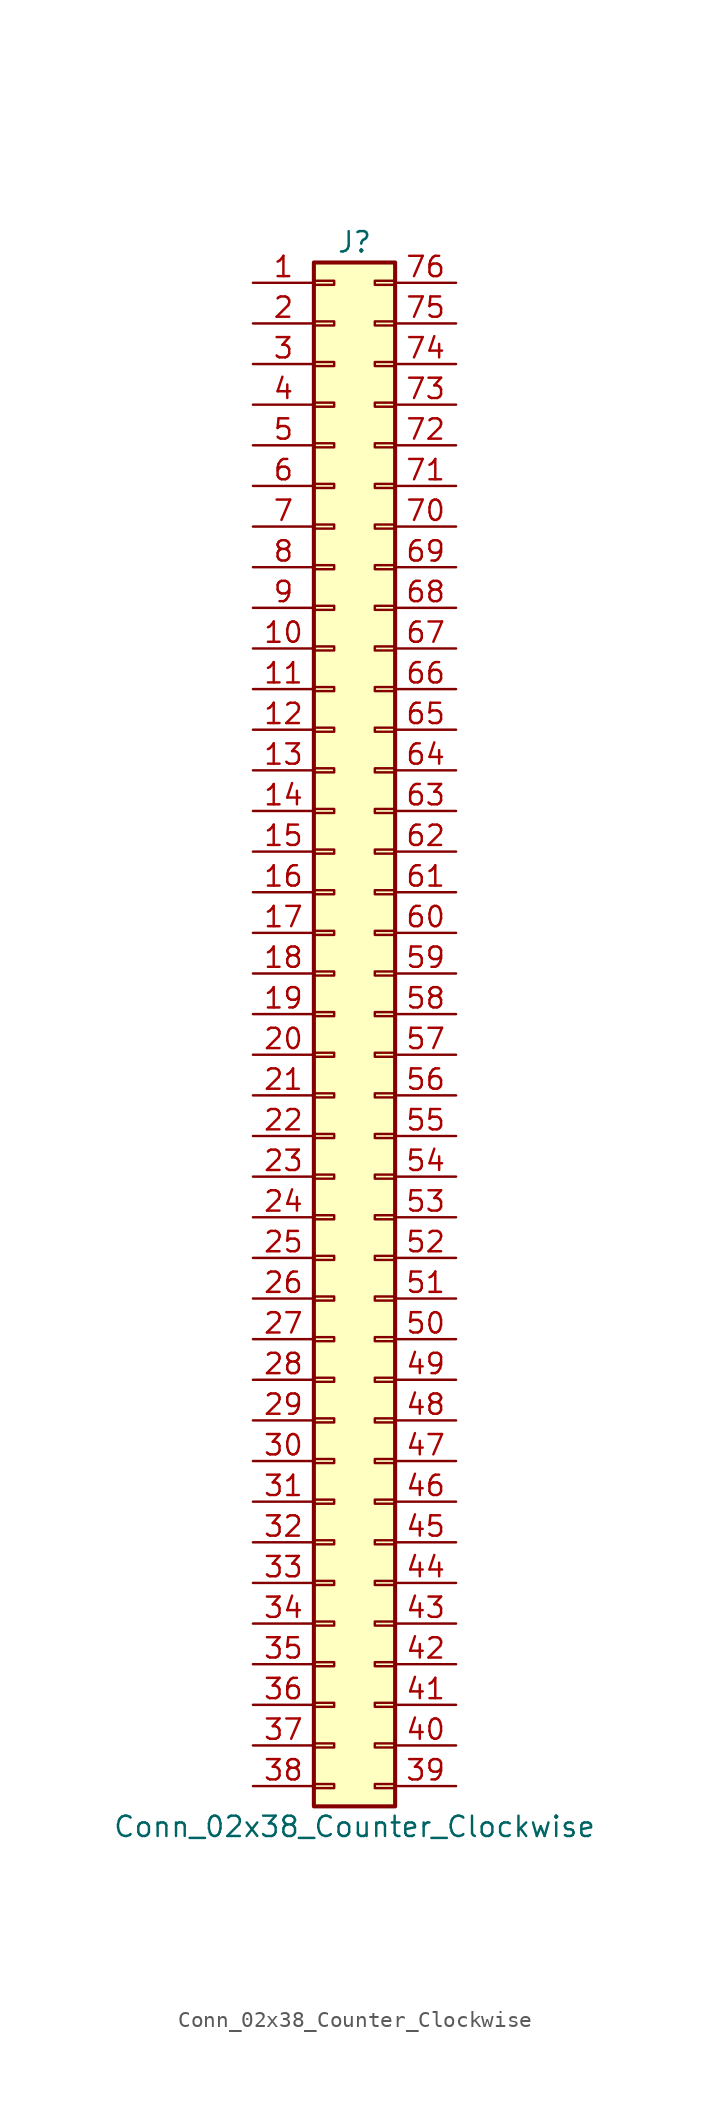
<source format=kicad_sym>
(kicad_symbol_lib
  (version 20211014)
  (generator kicad_symbol_editor)
  (symbol "Conn_02x38_Counter_Clockwise"
    (pin_names
      (offset 1.016) hide)
    (property "Reference" "J"
      (at 1.27 48.26 0)
      (effects (font (size 1.27 1.27))))
    (property "Value" "Conn_02x38_Counter_Clockwise"
      (at 1.27 -50.8 0)
      (effects (font (size 1.27 1.27))))
    (symbol "Conn_02x38_Counter_Clockwise_1_1"
      (rectangle (start -1.27 -48.133) (end 0 -48.387) (stroke (width 0.152) (type default) (color 0 0 0 0)) (fill (type none)))
      (rectangle (start -1.27 -45.593) (end 0 -45.847) (stroke (width 0.152) (type default) (color 0 0 0 0)) (fill (type none)))
      (rectangle (start -1.27 -43.053) (end 0 -43.307) (stroke (width 0.152) (type default) (color 0 0 0 0)) (fill (type none)))
      (rectangle (start -1.27 -40.513) (end 0 -40.767) (stroke (width 0.152) (type default) (color 0 0 0 0)) (fill (type none)))
      (rectangle (start -1.27 -37.973) (end 0 -38.227) (stroke (width 0.152) (type default) (color 0 0 0 0)) (fill (type none)))
      (rectangle (start -1.27 -35.433) (end 0 -35.687) (stroke (width 0.152) (type default) (color 0 0 0 0)) (fill (type none)))
      (rectangle (start -1.27 -32.893) (end 0 -33.147) (stroke (width 0.152) (type default) (color 0 0 0 0)) (fill (type none)))
      (rectangle (start -1.27 -30.353) (end 0 -30.607) (stroke (width 0.152) (type default) (color 0 0 0 0)) (fill (type none)))
      (rectangle (start -1.27 -27.813) (end 0 -28.067) (stroke (width 0.152) (type default) (color 0 0 0 0)) (fill (type none)))
      (rectangle (start -1.27 -25.273) (end 0 -25.527) (stroke (width 0.152) (type default) (color 0 0 0 0)) (fill (type none)))
      (rectangle (start -1.27 -22.733) (end 0 -22.987) (stroke (width 0.152) (type default) (color 0 0 0 0)) (fill (type none)))
      (rectangle (start -1.27 -20.193) (end 0 -20.447) (stroke (width 0.152) (type default) (color 0 0 0 0)) (fill (type none)))
      (rectangle (start -1.27 -17.653) (end 0 -17.907) (stroke (width 0.152) (type default) (color 0 0 0 0)) (fill (type none)))
      (rectangle (start -1.27 -15.113) (end 0 -15.367) (stroke (width 0.152) (type default) (color 0 0 0 0)) (fill (type none)))
      (rectangle (start -1.27 -12.573) (end 0 -12.827) (stroke (width 0.152) (type default) (color 0 0 0 0)) (fill (type none)))
      (rectangle (start -1.27 -10.033) (end 0 -10.287) (stroke (width 0.152) (type default) (color 0 0 0 0)) (fill (type none)))
      (rectangle (start -1.27 -7.493) (end 0 -7.747) (stroke (width 0.152) (type default) (color 0 0 0 0)) (fill (type none)))
      (rectangle (start -1.27 -4.953) (end 0 -5.207) (stroke (width 0.152) (type default) (color 0 0 0 0)) (fill (type none)))
      (rectangle (start -1.27 -2.413) (end 0 -2.667) (stroke (width 0.152) (type default) (color 0 0 0 0)) (fill (type none)))
      (rectangle (start -1.27 0.127) (end 0 -0.127) (stroke (width 0.152) (type default) (color 0 0 0 0)) (fill (type none)))
      (rectangle (start -1.27 2.667) (end 0 2.413) (stroke (width 0.152) (type default) (color 0 0 0 0)) (fill (type none)))
      (rectangle (start -1.27 5.207) (end 0 4.953) (stroke (width 0.152) (type default) (color 0 0 0 0)) (fill (type none)))
      (rectangle (start -1.27 7.747) (end 0 7.493) (stroke (width 0.152) (type default) (color 0 0 0 0)) (fill (type none)))
      (rectangle (start -1.27 10.287) (end 0 10.033) (stroke (width 0.152) (type default) (color 0 0 0 0)) (fill (type none)))
      (rectangle (start -1.27 12.827) (end 0 12.573) (stroke (width 0.152) (type default) (color 0 0 0 0)) (fill (type none)))
      (rectangle (start -1.27 15.367) (end 0 15.113) (stroke (width 0.152) (type default) (color 0 0 0 0)) (fill (type none)))
      (rectangle (start -1.27 17.907) (end 0 17.653) (stroke (width 0.152) (type default) (color 0 0 0 0)) (fill (type none)))
      (rectangle (start -1.27 20.447) (end 0 20.193) (stroke (width 0.152) (type default) (color 0 0 0 0)) (fill (type none)))
      (rectangle (start -1.27 22.987) (end 0 22.733) (stroke (width 0.152) (type default) (color 0 0 0 0)) (fill (type none)))
      (rectangle (start -1.27 25.527) (end 0 25.273) (stroke (width 0.152) (type default) (color 0 0 0 0)) (fill (type none)))
      (rectangle (start -1.27 28.067) (end 0 27.813) (stroke (width 0.152) (type default) (color 0 0 0 0)) (fill (type none)))
      (rectangle (start -1.27 30.607) (end 0 30.353) (stroke (width 0.152) (type default) (color 0 0 0 0)) (fill (type none)))
      (rectangle (start -1.27 33.147) (end 0 32.893) (stroke (width 0.152) (type default) (color 0 0 0 0)) (fill (type none)))
      (rectangle (start -1.27 35.687) (end 0 35.433) (stroke (width 0.152) (type default) (color 0 0 0 0)) (fill (type none)))
      (rectangle (start -1.27 38.227) (end 0 37.973) (stroke (width 0.152) (type default) (color 0 0 0 0)) (fill (type none)))
      (rectangle (start -1.27 40.767) (end 0 40.513) (stroke (width 0.152) (type default) (color 0 0 0 0)) (fill (type none)))
      (rectangle (start -1.27 43.307) (end 0 43.053) (stroke (width 0.152) (type default) (color 0 0 0 0)) (fill (type none)))
      (rectangle (start -1.27 45.847) (end 0 45.593) (stroke (width 0.152) (type default) (color 0 0 0 0)) (fill (type none)))
      (rectangle (start -1.27 46.99) (end 3.81 -49.53) (stroke (width 0.254) (type default) (color 0 0 0 0)) (fill (type background)))
      (rectangle (start 3.81 -48.133) (end 2.54 -48.387) (stroke (width 0.152) (type default) (color 0 0 0 0)) (fill (type none)))
      (rectangle (start 3.81 -45.593) (end 2.54 -45.847) (stroke (width 0.152) (type default) (color 0 0 0 0)) (fill (type none)))
      (rectangle (start 3.81 -43.053) (end 2.54 -43.307) (stroke (width 0.152) (type default) (color 0 0 0 0)) (fill (type none)))
      (rectangle (start 3.81 -40.513) (end 2.54 -40.767) (stroke (width 0.152) (type default) (color 0 0 0 0)) (fill (type none)))
      (rectangle (start 3.81 -37.973) (end 2.54 -38.227) (stroke (width 0.152) (type default) (color 0 0 0 0)) (fill (type none)))
      (rectangle (start 3.81 -35.433) (end 2.54 -35.687) (stroke (width 0.152) (type default) (color 0 0 0 0)) (fill (type none)))
      (rectangle (start 3.81 -32.893) (end 2.54 -33.147) (stroke (width 0.152) (type default) (color 0 0 0 0)) (fill (type none)))
      (rectangle (start 3.81 -30.353) (end 2.54 -30.607) (stroke (width 0.152) (type default) (color 0 0 0 0)) (fill (type none)))
      (rectangle (start 3.81 -27.813) (end 2.54 -28.067) (stroke (width 0.152) (type default) (color 0 0 0 0)) (fill (type none)))
      (rectangle (start 3.81 -25.273) (end 2.54 -25.527) (stroke (width 0.152) (type default) (color 0 0 0 0)) (fill (type none)))
      (rectangle (start 3.81 -22.733) (end 2.54 -22.987) (stroke (width 0.152) (type default) (color 0 0 0 0)) (fill (type none)))
      (rectangle (start 3.81 -20.193) (end 2.54 -20.447) (stroke (width 0.152) (type default) (color 0 0 0 0)) (fill (type none)))
      (rectangle (start 3.81 -17.653) (end 2.54 -17.907) (stroke (width 0.152) (type default) (color 0 0 0 0)) (fill (type none)))
      (rectangle (start 3.81 -15.113) (end 2.54 -15.367) (stroke (width 0.152) (type default) (color 0 0 0 0)) (fill (type none)))
      (rectangle (start 3.81 -12.573) (end 2.54 -12.827) (stroke (width 0.152) (type default) (color 0 0 0 0)) (fill (type none)))
      (rectangle (start 3.81 -10.033) (end 2.54 -10.287) (stroke (width 0.152) (type default) (color 0 0 0 0)) (fill (type none)))
      (rectangle (start 3.81 -7.493) (end 2.54 -7.747) (stroke (width 0.152) (type default) (color 0 0 0 0)) (fill (type none)))
      (rectangle (start 3.81 -4.953) (end 2.54 -5.207) (stroke (width 0.152) (type default) (color 0 0 0 0)) (fill (type none)))
      (rectangle (start 3.81 -2.413) (end 2.54 -2.667) (stroke (width 0.152) (type default) (color 0 0 0 0)) (fill (type none)))
      (rectangle (start 3.81 0.127) (end 2.54 -0.127) (stroke (width 0.152) (type default) (color 0 0 0 0)) (fill (type none)))
      (rectangle (start 3.81 2.667) (end 2.54 2.413) (stroke (width 0.152) (type default) (color 0 0 0 0)) (fill (type none)))
      (rectangle (start 3.81 5.207) (end 2.54 4.953) (stroke (width 0.152) (type default) (color 0 0 0 0)) (fill (type none)))
      (rectangle (start 3.81 7.747) (end 2.54 7.493) (stroke (width 0.152) (type default) (color 0 0 0 0)) (fill (type none)))
      (rectangle (start 3.81 10.287) (end 2.54 10.033) (stroke (width 0.152) (type default) (color 0 0 0 0)) (fill (type none)))
      (rectangle (start 3.81 12.827) (end 2.54 12.573) (stroke (width 0.152) (type default) (color 0 0 0 0)) (fill (type none)))
      (rectangle (start 3.81 15.367) (end 2.54 15.113) (stroke (width 0.152) (type default) (color 0 0 0 0)) (fill (type none)))
      (rectangle (start 3.81 17.907) (end 2.54 17.653) (stroke (width 0.152) (type default) (color 0 0 0 0)) (fill (type none)))
      (rectangle (start 3.81 20.447) (end 2.54 20.193) (stroke (width 0.152) (type default) (color 0 0 0 0)) (fill (type none)))
      (rectangle (start 3.81 22.987) (end 2.54 22.733) (stroke (width 0.152) (type default) (color 0 0 0 0)) (fill (type none)))
      (rectangle (start 3.81 25.527) (end 2.54 25.273) (stroke (width 0.152) (type default) (color 0 0 0 0)) (fill (type none)))
      (rectangle (start 3.81 28.067) (end 2.54 27.813) (stroke (width 0.152) (type default) (color 0 0 0 0)) (fill (type none)))
      (rectangle (start 3.81 30.607) (end 2.54 30.353) (stroke (width 0.152) (type default) (color 0 0 0 0)) (fill (type none)))
      (rectangle (start 3.81 33.147) (end 2.54 32.893) (stroke (width 0.152) (type default) (color 0 0 0 0)) (fill (type none)))
      (rectangle (start 3.81 35.687) (end 2.54 35.433) (stroke (width 0.152) (type default) (color 0 0 0 0)) (fill (type none)))
      (rectangle (start 3.81 38.227) (end 2.54 37.973) (stroke (width 0.152) (type default) (color 0 0 0 0)) (fill (type none)))
      (rectangle (start 3.81 40.767) (end 2.54 40.513) (stroke (width 0.152) (type default) (color 0 0 0 0)) (fill (type none)))
      (rectangle (start 3.81 43.307) (end 2.54 43.053) (stroke (width 0.152) (type default) (color 0 0 0 0)) (fill (type none)))
      (rectangle (start 3.81 45.847) (end 2.54 45.593) (stroke (width 0.152) (type default) (color 0 0 0 0)) (fill (type none)))
      (pin passive line (at -5.08 45.72 0) (length 3.81) (name "Pin_1" (effects (font (size 1.27 1.27)))) (number "1" (effects (font (size 1.27 1.27)))))
      (pin passive line (at -5.08 22.86 0) (length 3.81) (name "Pin_10" (effects (font (size 1.27 1.27)))) (number "10" (effects (font (size 1.27 1.27)))))
      (pin passive line (at -5.08 20.32 0) (length 3.81) (name "Pin_11" (effects (font (size 1.27 1.27)))) (number "11" (effects (font (size 1.27 1.27)))))
      (pin passive line (at -5.08 17.78 0) (length 3.81) (name "Pin_12" (effects (font (size 1.27 1.27)))) (number "12" (effects (font (size 1.27 1.27)))))
      (pin passive line (at -5.08 15.24 0) (length 3.81) (name "Pin_13" (effects (font (size 1.27 1.27)))) (number "13" (effects (font (size 1.27 1.27)))))
      (pin passive line (at -5.08 12.7 0) (length 3.81) (name "Pin_14" (effects (font (size 1.27 1.27)))) (number "14" (effects (font (size 1.27 1.27)))))
      (pin passive line (at -5.08 10.16 0) (length 3.81) (name "Pin_15" (effects (font (size 1.27 1.27)))) (number "15" (effects (font (size 1.27 1.27)))))
      (pin passive line (at -5.08 7.62 0) (length 3.81) (name "Pin_16" (effects (font (size 1.27 1.27)))) (number "16" (effects (font (size 1.27 1.27)))))
      (pin passive line (at -5.08 5.08 0) (length 3.81) (name "Pin_17" (effects (font (size 1.27 1.27)))) (number "17" (effects (font (size 1.27 1.27)))))
      (pin passive line (at -5.08 2.54 0) (length 3.81) (name "Pin_18" (effects (font (size 1.27 1.27)))) (number "18" (effects (font (size 1.27 1.27)))))
      (pin passive line (at -5.08 0 0) (length 3.81) (name "Pin_19" (effects (font (size 1.27 1.27)))) (number "19" (effects (font (size 1.27 1.27)))))
      (pin passive line (at -5.08 43.18 0) (length 3.81) (name "Pin_2" (effects (font (size 1.27 1.27)))) (number "2" (effects (font (size 1.27 1.27)))))
      (pin passive line (at -5.08 -2.54 0) (length 3.81) (name "Pin_20" (effects (font (size 1.27 1.27)))) (number "20" (effects (font (size 1.27 1.27)))))
      (pin passive line (at -5.08 -5.08 0) (length 3.81) (name "Pin_21" (effects (font (size 1.27 1.27)))) (number "21" (effects (font (size 1.27 1.27)))))
      (pin passive line (at -5.08 -7.62 0) (length 3.81) (name "Pin_22" (effects (font (size 1.27 1.27)))) (number "22" (effects (font (size 1.27 1.27)))))
      (pin passive line (at -5.08 -10.16 0) (length 3.81) (name "Pin_23" (effects (font (size 1.27 1.27)))) (number "23" (effects (font (size 1.27 1.27)))))
      (pin passive line (at -5.08 -12.7 0) (length 3.81) (name "Pin_24" (effects (font (size 1.27 1.27)))) (number "24" (effects (font (size 1.27 1.27)))))
      (pin passive line (at -5.08 -15.24 0) (length 3.81) (name "Pin_25" (effects (font (size 1.27 1.27)))) (number "25" (effects (font (size 1.27 1.27)))))
      (pin passive line (at -5.08 -17.78 0) (length 3.81) (name "Pin_26" (effects (font (size 1.27 1.27)))) (number "26" (effects (font (size 1.27 1.27)))))
      (pin passive line (at -5.08 -20.32 0) (length 3.81) (name "Pin_27" (effects (font (size 1.27 1.27)))) (number "27" (effects (font (size 1.27 1.27)))))
      (pin passive line (at -5.08 -22.86 0) (length 3.81) (name "Pin_28" (effects (font (size 1.27 1.27)))) (number "28" (effects (font (size 1.27 1.27)))))
      (pin passive line (at -5.08 -25.4 0) (length 3.81) (name "Pin_29" (effects (font (size 1.27 1.27)))) (number "29" (effects (font (size 1.27 1.27)))))
      (pin passive line (at -5.08 40.64 0) (length 3.81) (name "Pin_3" (effects (font (size 1.27 1.27)))) (number "3" (effects (font (size 1.27 1.27)))))
      (pin passive line (at -5.08 -27.94 0) (length 3.81) (name "Pin_30" (effects (font (size 1.27 1.27)))) (number "30" (effects (font (size 1.27 1.27)))))
      (pin passive line (at -5.08 -30.48 0) (length 3.81) (name "Pin_31" (effects (font (size 1.27 1.27)))) (number "31" (effects (font (size 1.27 1.27)))))
      (pin passive line (at -5.08 -33.02 0) (length 3.81) (name "Pin_32" (effects (font (size 1.27 1.27)))) (number "32" (effects (font (size 1.27 1.27)))))
      (pin passive line (at -5.08 -35.56 0) (length 3.81) (name "Pin_33" (effects (font (size 1.27 1.27)))) (number "33" (effects (font (size 1.27 1.27)))))
      (pin passive line (at -5.08 -38.1 0) (length 3.81) (name "Pin_34" (effects (font (size 1.27 1.27)))) (number "34" (effects (font (size 1.27 1.27)))))
      (pin passive line (at -5.08 -40.64 0) (length 3.81) (name "Pin_35" (effects (font (size 1.27 1.27)))) (number "35" (effects (font (size 1.27 1.27)))))
      (pin passive line (at -5.08 -43.18 0) (length 3.81) (name "Pin_36" (effects (font (size 1.27 1.27)))) (number "36" (effects (font (size 1.27 1.27)))))
      (pin passive line (at -5.08 -45.72 0) (length 3.81) (name "Pin_37" (effects (font (size 1.27 1.27)))) (number "37" (effects (font (size 1.27 1.27)))))
      (pin passive line (at -5.08 -48.26 0) (length 3.81) (name "Pin_38" (effects (font (size 1.27 1.27)))) (number "38" (effects (font (size 1.27 1.27)))))
      (pin passive line (at 7.62 -48.26 180) (length 3.81) (name "Pin_39" (effects (font (size 1.27 1.27)))) (number "39" (effects (font (size 1.27 1.27)))))
      (pin passive line (at -5.08 38.1 0) (length 3.81) (name "Pin_4" (effects (font (size 1.27 1.27)))) (number "4" (effects (font (size 1.27 1.27)))))
      (pin passive line (at 7.62 -45.72 180) (length 3.81) (name "Pin_40" (effects (font (size 1.27 1.27)))) (number "40" (effects (font (size 1.27 1.27)))))
      (pin passive line (at 7.62 -43.18 180) (length 3.81) (name "Pin_41" (effects (font (size 1.27 1.27)))) (number "41" (effects (font (size 1.27 1.27)))))
      (pin passive line (at 7.62 -40.64 180) (length 3.81) (name "Pin_42" (effects (font (size 1.27 1.27)))) (number "42" (effects (font (size 1.27 1.27)))))
      (pin passive line (at 7.62 -38.1 180) (length 3.81) (name "Pin_43" (effects (font (size 1.27 1.27)))) (number "43" (effects (font (size 1.27 1.27)))))
      (pin passive line (at 7.62 -35.56 180) (length 3.81) (name "Pin_44" (effects (font (size 1.27 1.27)))) (number "44" (effects (font (size 1.27 1.27)))))
      (pin passive line (at 7.62 -33.02 180) (length 3.81) (name "Pin_45" (effects (font (size 1.27 1.27)))) (number "45" (effects (font (size 1.27 1.27)))))
      (pin passive line (at 7.62 -30.48 180) (length 3.81) (name "Pin_46" (effects (font (size 1.27 1.27)))) (number "46" (effects (font (size 1.27 1.27)))))
      (pin passive line (at 7.62 -27.94 180) (length 3.81) (name "Pin_47" (effects (font (size 1.27 1.27)))) (number "47" (effects (font (size 1.27 1.27)))))
      (pin passive line (at 7.62 -25.4 180) (length 3.81) (name "Pin_48" (effects (font (size 1.27 1.27)))) (number "48" (effects (font (size 1.27 1.27)))))
      (pin passive line (at 7.62 -22.86 180) (length 3.81) (name "Pin_49" (effects (font (size 1.27 1.27)))) (number "49" (effects (font (size 1.27 1.27)))))
      (pin passive line (at -5.08 35.56 0) (length 3.81) (name "Pin_5" (effects (font (size 1.27 1.27)))) (number "5" (effects (font (size 1.27 1.27)))))
      (pin passive line (at 7.62 -20.32 180) (length 3.81) (name "Pin_50" (effects (font (size 1.27 1.27)))) (number "50" (effects (font (size 1.27 1.27)))))
      (pin passive line (at 7.62 -17.78 180) (length 3.81) (name "Pin_51" (effects (font (size 1.27 1.27)))) (number "51" (effects (font (size 1.27 1.27)))))
      (pin passive line (at 7.62 -15.24 180) (length 3.81) (name "Pin_52" (effects (font (size 1.27 1.27)))) (number "52" (effects (font (size 1.27 1.27)))))
      (pin passive line (at 7.62 -12.7 180) (length 3.81) (name "Pin_53" (effects (font (size 1.27 1.27)))) (number "53" (effects (font (size 1.27 1.27)))))
      (pin passive line (at 7.62 -10.16 180) (length 3.81) (name "Pin_54" (effects (font (size 1.27 1.27)))) (number "54" (effects (font (size 1.27 1.27)))))
      (pin passive line (at 7.62 -7.62 180) (length 3.81) (name "Pin_55" (effects (font (size 1.27 1.27)))) (number "55" (effects (font (size 1.27 1.27)))))
      (pin passive line (at 7.62 -5.08 180) (length 3.81) (name "Pin_56" (effects (font (size 1.27 1.27)))) (number "56" (effects (font (size 1.27 1.27)))))
      (pin passive line (at 7.62 -2.54 180) (length 3.81) (name "Pin_57" (effects (font (size 1.27 1.27)))) (number "57" (effects (font (size 1.27 1.27)))))
      (pin passive line (at 7.62 0 180) (length 3.81) (name "Pin_58" (effects (font (size 1.27 1.27)))) (number "58" (effects (font (size 1.27 1.27)))))
      (pin passive line (at 7.62 2.54 180) (length 3.81) (name "Pin_59" (effects (font (size 1.27 1.27)))) (number "59" (effects (font (size 1.27 1.27)))))
      (pin passive line (at -5.08 33.02 0) (length 3.81) (name "Pin_6" (effects (font (size 1.27 1.27)))) (number "6" (effects (font (size 1.27 1.27)))))
      (pin passive line (at 7.62 5.08 180) (length 3.81) (name "Pin_60" (effects (font (size 1.27 1.27)))) (number "60" (effects (font (size 1.27 1.27)))))
      (pin passive line (at 7.62 7.62 180) (length 3.81) (name "Pin_61" (effects (font (size 1.27 1.27)))) (number "61" (effects (font (size 1.27 1.27)))))
      (pin passive line (at 7.62 10.16 180) (length 3.81) (name "Pin_62" (effects (font (size 1.27 1.27)))) (number "62" (effects (font (size 1.27 1.27)))))
      (pin passive line (at 7.62 12.7 180) (length 3.81) (name "Pin_63" (effects (font (size 1.27 1.27)))) (number "63" (effects (font (size 1.27 1.27)))))
      (pin passive line (at 7.62 15.24 180) (length 3.81) (name "Pin_64" (effects (font (size 1.27 1.27)))) (number "64" (effects (font (size 1.27 1.27)))))
      (pin passive line (at 7.62 17.78 180) (length 3.81) (name "Pin_65" (effects (font (size 1.27 1.27)))) (number "65" (effects (font (size 1.27 1.27)))))
      (pin passive line (at 7.62 20.32 180) (length 3.81) (name "Pin_66" (effects (font (size 1.27 1.27)))) (number "66" (effects (font (size 1.27 1.27)))))
      (pin passive line (at 7.62 22.86 180) (length 3.81) (name "Pin_67" (effects (font (size 1.27 1.27)))) (number "67" (effects (font (size 1.27 1.27)))))
      (pin passive line (at 7.62 25.4 180) (length 3.81) (name "Pin_68" (effects (font (size 1.27 1.27)))) (number "68" (effects (font (size 1.27 1.27)))))
      (pin passive line (at 7.62 27.94 180) (length 3.81) (name "Pin_69" (effects (font (size 1.27 1.27)))) (number "69" (effects (font (size 1.27 1.27)))))
      (pin passive line (at -5.08 30.48 0) (length 3.81) (name "Pin_7" (effects (font (size 1.27 1.27)))) (number "7" (effects (font (size 1.27 1.27)))))
      (pin passive line (at 7.62 30.48 180) (length 3.81) (name "Pin_70" (effects (font (size 1.27 1.27)))) (number "70" (effects (font (size 1.27 1.27)))))
      (pin passive line (at 7.62 33.02 180) (length 3.81) (name "Pin_71" (effects (font (size 1.27 1.27)))) (number "71" (effects (font (size 1.27 1.27)))))
      (pin passive line (at 7.62 35.56 180) (length 3.81) (name "Pin_72" (effects (font (size 1.27 1.27)))) (number "72" (effects (font (size 1.27 1.27)))))
      (pin passive line (at 7.62 38.1 180) (length 3.81) (name "Pin_73" (effects (font (size 1.27 1.27)))) (number "73" (effects (font (size 1.27 1.27)))))
      (pin passive line (at 7.62 40.64 180) (length 3.81) (name "Pin_74" (effects (font (size 1.27 1.27)))) (number "74" (effects (font (size 1.27 1.27)))))
      (pin passive line (at 7.62 43.18 180) (length 3.81) (name "Pin_75" (effects (font (size 1.27 1.27)))) (number "75" (effects (font (size 1.27 1.27)))))
      (pin passive line (at 7.62 45.72 180) (length 3.81) (name "Pin_76" (effects (font (size 1.27 1.27)))) (number "76" (effects (font (size 1.27 1.27)))))
      (pin passive line (at -5.08 27.94 0) (length 3.81) (name "Pin_8" (effects (font (size 1.27 1.27)))) (number "8" (effects (font (size 1.27 1.27)))))
      (pin passive line (at -5.08 25.4 0) (length 3.81) (name "Pin_9" (effects (font (size 1.27 1.27)))) (number "9" (effects (font (size 1.27 1.27))))))))
</source>
